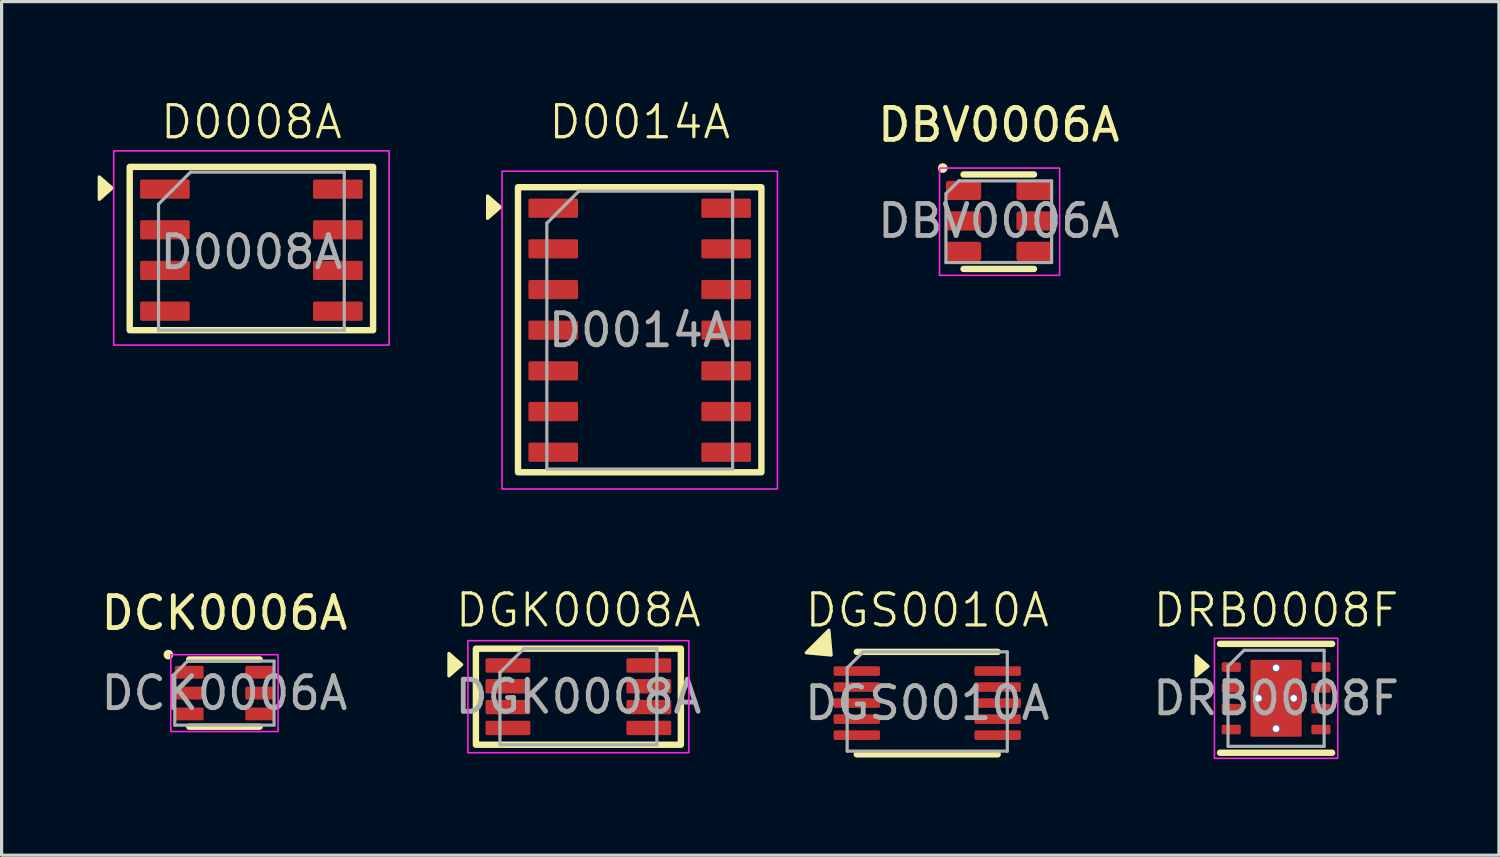
<source format=kicad_pcb>
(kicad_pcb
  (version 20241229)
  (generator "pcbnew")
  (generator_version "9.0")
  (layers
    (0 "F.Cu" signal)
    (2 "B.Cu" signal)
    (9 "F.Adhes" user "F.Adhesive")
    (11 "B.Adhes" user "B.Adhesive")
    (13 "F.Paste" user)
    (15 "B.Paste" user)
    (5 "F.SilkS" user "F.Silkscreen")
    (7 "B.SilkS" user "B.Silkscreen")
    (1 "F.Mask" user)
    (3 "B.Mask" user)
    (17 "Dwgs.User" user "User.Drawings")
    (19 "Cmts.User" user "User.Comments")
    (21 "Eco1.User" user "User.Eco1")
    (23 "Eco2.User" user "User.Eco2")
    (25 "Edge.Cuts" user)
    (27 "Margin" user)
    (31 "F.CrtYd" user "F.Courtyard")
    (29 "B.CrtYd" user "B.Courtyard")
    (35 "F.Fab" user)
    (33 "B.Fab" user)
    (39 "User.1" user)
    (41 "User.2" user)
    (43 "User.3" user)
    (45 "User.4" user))
  (footprint "DRB0008F"
    (layer "F.Cu")
    (at 36.796 18.754)
    (property "Reference" "DRB0008F" (at 0 -2.75 0) (unlocked yes) (layer "F.SilkS") (effects (font (size 1 1) (thickness 0.1))))
    (attr smd)
    (fp_line (start -1.75 -1.7) (end 1.75 -1.7) (stroke (width 0.2) (type default)) (layer "F.SilkS"))
    (fp_line (start -1.75 1.7) (end 1.75 1.7) (stroke (width 0.2) (type default)) (layer "F.SilkS"))
    (fp_poly (pts (xy -2.125 -1) (xy -2.5 -1.325) (xy -2.5 -0.7)) (stroke (width 0.1) (type solid)) (fill yes) (layer "F.SilkS"))
    (fp_rect (start -1.925 -1.875) (end 1.925 1.875) (stroke (width 0.05) (type default)) (fill no) (layer "F.CrtYd"))
    (fp_line (start -1.5 -1) (end -1.5 1.5) (stroke (width 0.1) (type default)) (layer "F.Fab"))
    (fp_line (start -1 -1.5) (end -1.5 -1) (stroke (width 0.1) (type default)) (layer "F.Fab"))
    (fp_line (start -1 -1.5) (end 1.5 -1.5) (stroke (width 0.1) (type default)) (layer "F.Fab"))
    (fp_line (start 1.5 -1.5) (end 1.5 1.5) (stroke (width 0.1) (type default)) (layer "F.Fab"))
    (fp_line (start 1.5 1.5) (end -1.5 1.5) (stroke (width 0.1) (type default)) (layer "F.Fab"))
    (fp_text user "${REFERENCE}" (at 0 0 0) (unlocked yes) (layer "F.Fab") (effects (font (size 1 1) (thickness 0.15))))
    (pad "1" smd roundrect (at -1.4 -0.975) (size 0.6 0.3) (layers "F.Cu" "F.Mask" "F.Paste") (roundrect_rratio 0.167))
    (pad "2" smd roundrect (at -1.4 -0.325) (size 0.6 0.3) (layers "F.Cu" "F.Mask" "F.Paste") (roundrect_rratio 0.167))
    (pad "3" smd roundrect (at -1.4 0.325) (size 0.6 0.3) (layers "F.Cu" "F.Mask" "F.Paste") (roundrect_rratio 0.167))
    (pad "4" smd roundrect (at -1.4 0.975) (size 0.6 0.3) (layers "F.Cu" "F.Mask" "F.Paste") (roundrect_rratio 0.167))
    (pad "5" smd roundrect (at 1.4 0.975) (size 0.6 0.3) (layers "F.Cu" "F.Mask" "F.Paste") (roundrect_rratio 0.167))
    (pad "6" smd roundrect (at 1.4 0.325) (size 0.6 0.3) (layers "F.Cu" "F.Mask" "F.Paste") (roundrect_rratio 0.167))
    (pad "7" smd roundrect (at 1.4 -0.325) (size 0.6 0.3) (layers "F.Cu" "F.Mask" "F.Paste") (roundrect_rratio 0.167))
    (pad "8" smd roundrect (at 1.4 -0.975) (size 0.6 0.3) (layers "F.Cu" "F.Mask" "F.Paste") (roundrect_rratio 0.167))
    (pad "9" smd roundrect (at 0 0) (size 1.6 2.4) (layers "F.Cu" "F.Mask" "F.Paste") (roundrect_rratio 0.031))
    (pad "10" thru_hole circle (at -0.55 0) (size 0.25 0.25) (drill 0.2) (property pad_prop_heatsink) (layers "*.Cu" "F.Mask"))
    (pad "10" thru_hole circle (at 0 -0.95) (size 0.25 0.25) (drill 0.2) (property pad_prop_heatsink) (layers "*.Cu" "F.Mask"))
    (pad "10" thru_hole circle (at 0 0.95) (size 0.25 0.25) (drill 0.2) (property pad_prop_heatsink) (layers "*.Cu" "F.Mask"))
    (pad "10" thru_hole circle (at 0.55 0) (size 0.25 0.25) (drill 0.2) (property pad_prop_heatsink) (layers "*.Cu" "F.Mask")))
  (footprint "D0008A"
    (layer "F.Cu")
    (at 4.8 4.761)
    (property "Reference" "D0008A" (at 0 -4 0) (unlocked yes) (layer "F.SilkS") (effects (font (size 1 1) (thickness 0.1))))
    (attr smd)
    (fp_rect (start -3.8 -2.6) (end 3.8 2.5) (stroke (width 0.2) (type default)) (fill no) (layer "F.SilkS"))
    (fp_poly (pts (xy -4.35 -1.937) (xy -4.75 -2.287) (xy -4.75 -1.587)) (stroke (width 0.1) (type solid)) (fill yes) (layer "F.SilkS"))
    (fp_rect (start -4.3 -3.1) (end 4.3 2.963) (stroke (width 0.05) (type default)) (fill no) (layer "F.CrtYd"))
    (fp_line (start -2.9 -1.437) (end -1.9 -2.437) (stroke (width 0.1) (type default)) (layer "F.Fab"))
    (fp_line (start -2.9 2.5) (end -2.9 -1.437) (stroke (width 0.1) (type default)) (layer "F.Fab"))
    (fp_line (start 2.9 -2.437) (end -1.9 -2.437) (stroke (width 0.1) (type default)) (layer "F.Fab"))
    (fp_line (start 2.9 -2.437) (end 2.9 2.5) (stroke (width 0.1) (type default)) (layer "F.Fab"))
    (fp_line (start 2.9 2.5) (end -2.9 2.5) (stroke (width 0.1) (type default)) (layer "F.Fab"))
    (fp_text user "${REFERENCE}" (at 0 0.063 0) (unlocked yes) (layer "F.Fab") (effects (font (size 1 1) (thickness 0.15))))
    (pad "1" smd roundrect (at -2.7 -1.905) (size 1.55 0.6) (layers "F.Cu" "F.Mask" "F.Paste") (roundrect_rratio 0.083))
    (pad "2" smd roundrect (at -2.7 -0.635) (size 1.55 0.6) (layers "F.Cu" "F.Mask" "F.Paste") (roundrect_rratio 0.083))
    (pad "3" smd roundrect (at -2.7 0.635) (size 1.55 0.6) (layers "F.Cu" "F.Mask" "F.Paste") (roundrect_rratio 0.083))
    (pad "4" smd roundrect (at -2.7 1.905) (size 1.55 0.6) (layers "F.Cu" "F.Mask" "F.Paste") (roundrect_rratio 0.083))
    (pad "5" smd roundrect (at 2.7 1.905) (size 1.55 0.6) (layers "F.Cu" "F.Mask" "F.Paste") (roundrect_rratio 0.083))
    (pad "6" smd roundrect (at 2.7 0.635) (size 1.55 0.6) (layers "F.Cu" "F.Mask" "F.Paste") (roundrect_rratio 0.083))
    (pad "7" smd roundrect (at 2.7 -0.635) (size 1.55 0.6) (layers "F.Cu" "F.Mask" "F.Paste") (roundrect_rratio 0.083))
    (pad "8" smd roundrect (at 2.7 -1.905) (size 1.55 0.6) (layers "F.Cu" "F.Mask" "F.Paste") (roundrect_rratio 0.083)))
  (footprint "DBV0006A"
    (layer "F.Cu")
    (at 28.137 3.848)
    (property "Reference" "DBV0006A" (at 0 -3 0) (unlocked yes) (layer "F.SilkS") (effects (font (size 1 1) (thickness 0.15))))
    (attr smd)
    (fp_line (start -1.1 -1.45) (end 1.1 -1.45) (stroke (width 0.2) (type default)) (layer "F.SilkS"))
    (fp_line (start -1.1 1.5) (end 1.1 1.5) (stroke (width 0.2) (type default)) (layer "F.SilkS"))
    (fp_circle (center -1.75 -1.65) (end -1.65 -1.65) (stroke (width 0.1) (type default)) (fill yes) (layer "F.SilkS"))
    (fp_rect (start -1.85 -1.65) (end 1.9 1.7) (stroke (width 0.05) (type default)) (fill no) (layer "F.CrtYd"))
    (fp_line (start -1.65 1.3) (end -1.65 -0.85) (stroke (width 0.1) (type default)) (layer "F.Fab"))
    (fp_line (start -1.25 -1.25) (end -1.65 -0.85) (stroke (width 0.1) (type default)) (layer "F.Fab"))
    (fp_line (start -1.25 -1.25) (end 1.65 -1.25) (stroke (width 0.1) (type default)) (layer "F.Fab"))
    (fp_line (start 1.65 -1.25) (end 1.65 1.3) (stroke (width 0.1) (type default)) (layer "F.Fab"))
    (fp_line (start 1.65 1.3) (end -1.65 1.3) (stroke (width 0.1) (type default)) (layer "F.Fab"))
    (fp_text user "${REFERENCE}" (at 0 0 0) (unlocked yes) (layer "F.Fab") (effects (font (size 1 1) (thickness 0.15))))
    (pad "1" smd roundrect (at -1.1 -0.95) (size 1.1 0.6) (layers "F.Cu" "F.Mask" "F.Paste") (roundrect_rratio 0.125))
    (pad "2" smd roundrect (at -1.1 0) (size 1.1 0.6) (layers "F.Cu" "F.Mask" "F.Paste") (roundrect_rratio 0.125))
    (pad "3" smd roundrect (at -1.1 0.95) (size 1.1 0.6) (layers "F.Cu" "F.Mask" "F.Paste") (roundrect_rratio 0.125))
    (pad "4" smd roundrect (at 1.1 0.95) (size 1.1 0.6) (layers "F.Cu" "F.Mask" "F.Paste") (roundrect_rratio 0.125))
    (pad "5" smd roundrect (at 1.1 0) (size 1.1 0.6) (layers "F.Cu" "F.Mask" "F.Paste") (roundrect_rratio 0.125))
    (pad "6" smd roundrect (at 1.1 -0.95) (size 1.1 0.6) (layers "F.Cu" "F.Mask" "F.Paste") (roundrect_rratio 0.125)))
  (footprint "D0014A"
    (layer "F.Cu")
    (at 16.925 7.261)
    (property "Reference" "D0014A" (at 0 -6.5 0) (unlocked yes) (layer "F.SilkS") (effects (font (size 1 1) (thickness 0.1))))
    (attr smd)
    (fp_rect (start -3.8 -4.465) (end 3.8 4.435) (stroke (width 0.2) (type default)) (fill no) (layer "F.SilkS"))
    (fp_poly (pts (xy -4.35 -3.842) (xy -4.75 -4.192) (xy -4.75 -3.492)) (stroke (width 0.1) (type solid)) (fill yes) (layer "F.SilkS"))
    (fp_rect (start -4.3 -4.965) (end 4.3 4.958) (stroke (width 0.05) (type default)) (fill no) (layer "F.CrtYd"))
    (fp_line (start -2.9 -3.342) (end -1.9 -4.342) (stroke (width 0.1) (type default)) (layer "F.Fab"))
    (fp_line (start -2.9 4.335) (end -2.9 -3.342) (stroke (width 0.1) (type default)) (layer "F.Fab"))
    (fp_line (start 2.9 -4.342) (end -1.9 -4.342) (stroke (width 0.1) (type default)) (layer "F.Fab"))
    (fp_line (start 2.9 -4.342) (end 2.9 4.335) (stroke (width 0.1) (type default)) (layer "F.Fab"))
    (fp_line (start 2.9 4.335) (end -2.9 4.335) (stroke (width 0.1) (type default)) (layer "F.Fab"))
    (fp_text user "${REFERENCE}" (at 0 0 0) (unlocked yes) (layer "F.Fab") (effects (font (size 1 1) (thickness 0.15))))
    (pad "1" smd roundrect (at -2.7 -3.81) (size 1.55 0.6) (layers "F.Cu" "F.Mask" "F.Paste") (roundrect_rratio 0.083))
    (pad "2" smd roundrect (at -2.7 -2.54) (size 1.55 0.6) (layers "F.Cu" "F.Mask" "F.Paste") (roundrect_rratio 0.083))
    (pad "3" smd roundrect (at -2.7 -1.27) (size 1.55 0.6) (layers "F.Cu" "F.Mask" "F.Paste") (roundrect_rratio 0.083))
    (pad "4" smd roundrect (at -2.7 0) (size 1.55 0.6) (layers "F.Cu" "F.Mask" "F.Paste") (roundrect_rratio 0.083))
    (pad "5" smd roundrect (at -2.7 1.27) (size 1.55 0.6) (layers "F.Cu" "F.Mask" "F.Paste") (roundrect_rratio 0.083))
    (pad "6" smd roundrect (at -2.7 2.54) (size 1.55 0.6) (layers "F.Cu" "F.Mask" "F.Paste") (roundrect_rratio 0.083))
    (pad "7" smd roundrect (at -2.7 3.81) (size 1.55 0.6) (layers "F.Cu" "F.Mask" "F.Paste") (roundrect_rratio 0.083))
    (pad "8" smd roundrect (at 2.7 3.81) (size 1.55 0.6) (layers "F.Cu" "F.Mask" "F.Paste") (roundrect_rratio 0.083))
    (pad "9" smd roundrect (at 2.7 2.54) (size 1.55 0.6) (layers "F.Cu" "F.Mask" "F.Paste") (roundrect_rratio 0.083))
    (pad "10" smd roundrect (at 2.7 1.27) (size 1.55 0.6) (layers "F.Cu" "F.Mask" "F.Paste") (roundrect_rratio 0.083))
    (pad "11" smd roundrect (at 2.7 0) (size 1.55 0.6) (layers "F.Cu" "F.Mask" "F.Paste") (roundrect_rratio 0.083))
    (pad "12" smd roundrect (at 2.7 -1.27) (size 1.55 0.6) (layers "F.Cu" "F.Mask" "F.Paste") (roundrect_rratio 0.083))
    (pad "13" smd roundrect (at 2.7 -2.54) (size 1.55 0.6) (layers "F.Cu" "F.Mask" "F.Paste") (roundrect_rratio 0.083))
    (pad "14" smd roundrect (at 2.7 -3.81) (size 1.55 0.6) (layers "F.Cu" "F.Mask" "F.Paste") (roundrect_rratio 0.083)))
  (footprint "DGS0010A"
    (layer "F.Cu")
    (at 25.903 18.904)
    (property "Reference" "DGS0010A" (at 0 -2.9 0) (unlocked yes) (layer "F.SilkS") (effects (font (size 1 1) (thickness 0.1))))
    (attr smd)
    (fp_line (start 2.2 -1.6) (end -2.2 -1.6) (stroke (width 0.2) (type default)) (layer "F.SilkS"))
    (fp_line (start 2.2 1.6) (end -2.2 1.6) (stroke (width 0.2) (type default)) (layer "F.SilkS"))
    (fp_poly (pts (xy -3 -1.5) (xy -3.071 -2.278) (xy -3.778 -1.571)) (stroke (width 0.1) (type solid)) (fill yes) (layer "F.SilkS"))
    (fp_line (start -2.5 -1.1) (end -2.5 1.5) (stroke (width 0.1) (type default)) (layer "F.Fab"))
    (fp_line (start -2 -1.6) (end -2.5 -1.1) (stroke (width 0.1) (type default)) (layer "F.Fab"))
    (fp_line (start -2 -1.6) (end 2.5 -1.6) (stroke (width 0.1) (type default)) (layer "F.Fab"))
    (fp_line (start 2.5 -1.6) (end 2.5 1.5) (stroke (width 0.1) (type default)) (layer "F.Fab"))
    (fp_line (start 2.5 1.5) (end -2.5 1.5) (stroke (width 0.1) (type default)) (layer "F.Fab"))
    (fp_text user "${REFERENCE}" (at 0 0 0) (unlocked yes) (layer "F.Fab") (effects (font (size 1 1) (thickness 0.15))))
    (pad "1" smd roundrect (at -2.2 -1) (size 1.45 0.3) (layers "F.Cu" "F.Mask" "F.Paste") (roundrect_rratio 0.167))
    (pad "2" smd roundrect (at -2.2 -0.5) (size 1.45 0.3) (layers "F.Cu" "F.Mask" "F.Paste") (roundrect_rratio 0.167))
    (pad "3" smd roundrect (at -2.2 0) (size 1.45 0.3) (layers "F.Cu" "F.Mask" "F.Paste") (roundrect_rratio 0.167))
    (pad "4" smd roundrect (at -2.2 0.5) (size 1.45 0.3) (layers "F.Cu" "F.Mask" "F.Paste") (roundrect_rratio 0.167))
    (pad "5" smd roundrect (at -2.2 1) (size 1.45 0.3) (layers "F.Cu" "F.Mask" "F.Paste") (roundrect_rratio 0.167))
    (pad "6" smd roundrect (at 2.2 1) (size 1.45 0.3) (layers "F.Cu" "F.Mask" "F.Paste") (roundrect_rratio 0.167))
    (pad "7" smd roundrect (at 2.2 0.5) (size 1.45 0.3) (layers "F.Cu" "F.Mask" "F.Paste") (roundrect_rratio 0.167))
    (pad "8" smd roundrect (at 2.2 0) (size 1.45 0.3) (layers "F.Cu" "F.Mask" "F.Paste") (roundrect_rratio 0.167))
    (pad "9" smd roundrect (at 2.2 -0.5) (size 1.45 0.3) (layers "F.Cu" "F.Mask" "F.Paste") (roundrect_rratio 0.167))
    (pad "10" smd roundrect (at 2.2 -1) (size 1.45 0.3) (layers "F.Cu" "F.Mask" "F.Paste") (roundrect_rratio 0.167)))
  (footprint "DCK0006A"
    (layer "F.Cu")
    (at 3.958 18.592)
    (property "Reference" "DCK0006A" (at 0 -2.5 0) (unlocked yes) (layer "F.SilkS") (effects (font (size 1 1) (thickness 0.15))))
    (attr smd)
    (fp_line (start -1.1 -1.05) (end 1.1 -1.05) (stroke (width 0.2) (type default)) (layer "F.SilkS"))
    (fp_line (start -1.1 1.05) (end 1.1 1.05) (stroke (width 0.2) (type default)) (layer "F.SilkS"))
    (fp_circle (center -1.75 -1.2) (end -1.65 -1.2) (stroke (width 0.1) (type default)) (fill yes) (layer "F.SilkS"))
    (fp_rect (start -1.675 -1.2) (end 1.675 1.2) (stroke (width 0.05) (type default)) (fill no) (layer "F.CrtYd"))
    (fp_line (start -1.55 1) (end -1.55 -0.6) (stroke (width 0.1) (type default)) (layer "F.Fab"))
    (fp_line (start -1.15 -1) (end -1.55 -0.6) (stroke (width 0.1) (type default)) (layer "F.Fab"))
    (fp_line (start -1.15 -1) (end 1.55 -1) (stroke (width 0.1) (type default)) (layer "F.Fab"))
    (fp_line (start 1.55 -1) (end 1.55 1) (stroke (width 0.1) (type default)) (layer "F.Fab"))
    (fp_line (start 1.55 1) (end -1.55 1) (stroke (width 0.1) (type default)) (layer "F.Fab"))
    (fp_text user "${REFERENCE}" (at 0 0 0) (unlocked yes) (layer "F.Fab") (effects (font (size 1 1) (thickness 0.15))))
    (pad "1" smd roundrect (at -1.1 -0.65) (size 0.9 0.4) (layers "F.Cu" "F.Mask" "F.Paste") (roundrect_rratio 0.125))
    (pad "2" smd roundrect (at -1.1 0) (size 0.9 0.4) (layers "F.Cu" "F.Mask" "F.Paste") (roundrect_rratio 0.125))
    (pad "3" smd roundrect (at -1.1 0.65) (size 0.9 0.4) (layers "F.Cu" "F.Mask" "F.Paste") (roundrect_rratio 0.125))
    (pad "4" smd roundrect (at 1.1 0.65) (size 0.9 0.4) (layers "F.Cu" "F.Mask" "F.Paste") (roundrect_rratio 0.125))
    (pad "5" smd roundrect (at 1.1 0) (size 0.9 0.4) (layers "F.Cu" "F.Mask" "F.Paste") (roundrect_rratio 0.125))
    (pad "6" smd roundrect (at 1.1 -0.65) (size 0.9 0.4) (layers "F.Cu" "F.Mask" "F.Paste") (roundrect_rratio 0.125)))
  (footprint "DGK0008A"
    (layer "F.Cu")
    (at 15.01 18.704)
    (property "Reference" "DGK0008A" (at 0 -2.7 0) (unlocked yes) (layer "F.SilkS") (effects (font (size 1 1) (thickness 0.1))))
    (attr smd)
    (fp_rect (start -3.2 -1.5) (end 3.2 1.5) (stroke (width 0.2) (type default)) (fill no) (layer "F.SilkS"))
    (fp_poly (pts (xy -3.643 -1) (xy -4.043 -1.35) (xy -4.043 -0.65)) (stroke (width 0.1) (type solid)) (fill yes) (layer "F.SilkS"))
    (fp_rect (start -3.45 -1.75) (end 3.45 1.75) (stroke (width 0.05) (type default)) (fill no) (layer "F.CrtYd"))
    (fp_line (start -2.45 -0.75) (end -2.45 1.5) (stroke (width 0.1) (type default)) (layer "F.Fab"))
    (fp_line (start -2.45 -0.75) (end -1.7 -1.5) (stroke (width 0.1) (type default)) (layer "F.Fab"))
    (fp_line (start 2.45 -1.5) (end -1.7 -1.5) (stroke (width 0.1) (type default)) (layer "F.Fab"))
    (fp_line (start 2.45 -1.5) (end 2.45 1.5) (stroke (width 0.1) (type default)) (layer "F.Fab"))
    (fp_line (start 2.45 1.5) (end -2.45 1.5) (stroke (width 0.1) (type default)) (layer "F.Fab"))
    (fp_text user "${REFERENCE}" (at 0 0 0) (unlocked yes) (layer "F.Fab") (effects (font (size 1 1) (thickness 0.15))))
    (pad "1" smd roundrect (at -2.2 -0.975) (size 1.4 0.45) (layers "F.Cu" "F.Mask" "F.Paste") (roundrect_rratio 0.111))
    (pad "1" smd roundrect (at -2.2 -0.325) (size 1.4 0.45) (layers "F.Cu" "F.Mask" "F.Paste") (roundrect_rratio 0.111))
    (pad "1" smd roundrect (at -2.2 0.325) (size 1.4 0.45) (layers "F.Cu" "F.Mask" "F.Paste") (roundrect_rratio 0.111))
    (pad "1" smd roundrect (at -2.2 0.975) (size 1.4 0.45) (layers "F.Cu" "F.Mask" "F.Paste") (roundrect_rratio 0.111))
    (pad "1" smd roundrect (at 2.2 -0.975) (size 1.4 0.45) (layers "F.Cu" "F.Mask" "F.Paste") (roundrect_rratio 0.111))
    (pad "1" smd roundrect (at 2.2 -0.325) (size 1.4 0.45) (layers "F.Cu" "F.Mask" "F.Paste") (roundrect_rratio 0.111))
    (pad "1" smd roundrect (at 2.2 0.325) (size 1.4 0.45) (layers "F.Cu" "F.Mask" "F.Paste") (roundrect_rratio 0.111))
    (pad "1" smd roundrect (at 2.2 0.975) (size 1.4 0.45) (layers "F.Cu" "F.Mask" "F.Paste") (roundrect_rratio 0.111)))
  (gr_rect
    (start -3 -3)
    (end 43.754 23.654)
    (stroke (width 0.1) (type default))
    (fill no)
    (layer "Edge.Cuts")))
</source>
